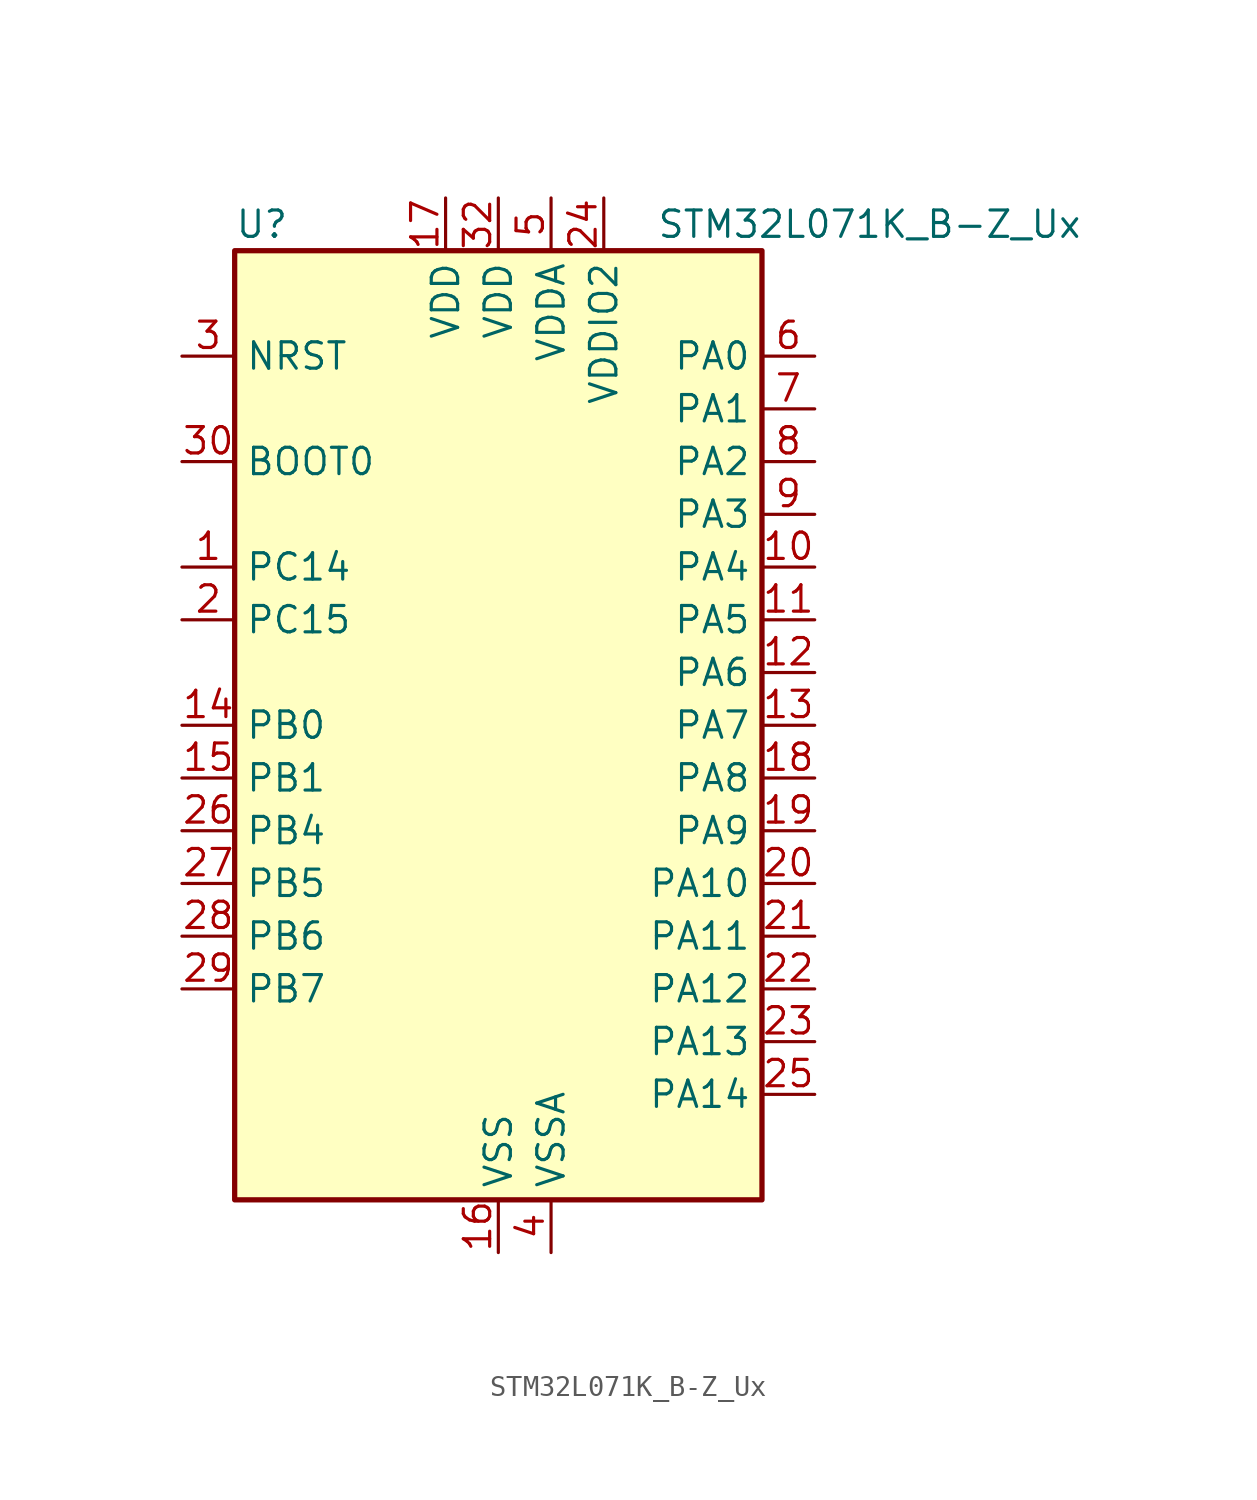
<source format=kicad_sym>
(kicad_symbol_lib
  (version 20241209)
  (generator "kicad_symbol_editor")
  (generator_version "9.0")
  (symbol "STM32L071K_B-Z_Ux"
    (property "Reference" "U"
      (at -12.7 24.13 0)
      (effects (font (size 1.27 1.27)) (justify left)))
    (property "Value" "STM32L071K_B-Z_Ux"
      (at 7.62 24.13 0)
      (effects (font (size 1.27 1.27)) (justify left)))
    (symbol "STM32L071K_B-Z_Ux_0_1"
      (rectangle (start -12.7 -22.86) (end 12.7 22.86) (stroke (width 0.254) (type default)) (fill (type background))))
    (symbol "STM32L071K_B-Z_Ux_1_1"
      (pin input line (at -15.24 17.78 0) (length 2.54) (name "NRST" (effects (font (size 1.27 1.27)))) (number "3" (effects (font (size 1.27 1.27)))))
      (pin input line (at -15.24 12.7 0) (length 2.54) (name "BOOT0" (effects (font (size 1.27 1.27)))) (number "30" (effects (font (size 1.27 1.27)))))
      (pin bidirectional line (at -15.24 7.62 0) (length 2.54) (name "PC14" (effects (font (size 1.27 1.27)))) (number "1" (effects (font (size 1.27 1.27)))) (alternate "RCC_OSC32_IN" bidirectional line))
      (pin bidirectional line (at -15.24 5.08 0) (length 2.54) (name "PC15" (effects (font (size 1.27 1.27)))) (number "2" (effects (font (size 1.27 1.27)))) (alternate "RCC_OSC32_OUT" bidirectional line))
      (pin bidirectional line (at -15.24 0 0) (length 2.54) (name "PB0" (effects (font (size 1.27 1.27)))) (number "14" (effects (font (size 1.27 1.27)))) (alternate "ADC_IN8" bidirectional line) (alternate "SYS_VREF_OUT_PB0" bidirectional line) (alternate "TIM3_CH3" bidirectional line))
      (pin bidirectional line (at -15.24 -2.54 0) (length 2.54) (name "PB1" (effects (font (size 1.27 1.27)))) (number "15" (effects (font (size 1.27 1.27)))) (alternate "ADC_IN9" bidirectional line) (alternate "LPUART1_DE" bidirectional line) (alternate "LPUART1_RTS" bidirectional line) (alternate "SYS_VREF_OUT_PB1" bidirectional line) (alternate "TIM3_CH4" bidirectional line))
      (pin bidirectional line (at -15.24 -5.08 0) (length 2.54) (name "PB4" (effects (font (size 1.27 1.27)))) (number "26" (effects (font (size 1.27 1.27)))) (alternate "COMP2_INP" bidirectional line) (alternate "I2C3_SDA" bidirectional line) (alternate "SPI1_MISO" bidirectional line) (alternate "TIM22_CH1" bidirectional line) (alternate "TIM3_CH1" bidirectional line) (alternate "USART1_CTS" bidirectional line))
      (pin bidirectional line (at -15.24 -7.62 0) (length 2.54) (name "PB5" (effects (font (size 1.27 1.27)))) (number "27" (effects (font (size 1.27 1.27)))) (alternate "COMP2_INP" bidirectional line) (alternate "I2C1_SMBA" bidirectional line) (alternate "LPTIM1_IN1" bidirectional line) (alternate "SPI1_MOSI" bidirectional line) (alternate "TIM22_CH2" bidirectional line) (alternate "TIM3_CH2" bidirectional line) (alternate "USART1_CK" bidirectional line))
      (pin bidirectional line (at -15.24 -10.16 0) (length 2.54) (name "PB6" (effects (font (size 1.27 1.27)))) (number "28" (effects (font (size 1.27 1.27)))) (alternate "COMP2_INP" bidirectional line) (alternate "I2C1_SCL" bidirectional line) (alternate "LPTIM1_ETR" bidirectional line) (alternate "USART1_TX" bidirectional line))
      (pin bidirectional line (at -15.24 -12.7 0) (length 2.54) (name "PB7" (effects (font (size 1.27 1.27)))) (number "29" (effects (font (size 1.27 1.27)))) (alternate "COMP2_INP" bidirectional line) (alternate "I2C1_SDA" bidirectional line) (alternate "LPTIM1_IN2" bidirectional line) (alternate "SYS_PVD_IN" bidirectional line) (alternate "USART1_RX" bidirectional line) (alternate "USART4_CTS" bidirectional line))
      (pin power_in line (at -2.54 25.4 270) (length 2.54) (name "VDD" (effects (font (size 1.27 1.27)))) (number "17" (effects (font (size 1.27 1.27)))))
      (pin power_in line (at 0 25.4 270) (length 2.54) (name "VDD" (effects (font (size 1.27 1.27)))) (number "32" (effects (font (size 1.27 1.27)))))
      (pin power_in line (at 0 -25.4 90) (length 2.54) (name "VSS" (effects (font (size 1.27 1.27)))) (number "16" (effects (font (size 1.27 1.27)))))
      (pin passive line (at 0 -25.4 90) (length 2.54) (hide yes) (name "VSS" (effects (font (size 1.27 1.27)))) (number "31" (effects (font (size 1.27 1.27)))))
      (pin passive line (at 0 -25.4 90) (length 2.54) (hide yes) (name "VSS" (effects (font (size 1.27 1.27)))) (number "33" (effects (font (size 1.27 1.27)))))
      (pin power_in line (at 2.54 25.4 270) (length 2.54) (name "VDDA" (effects (font (size 1.27 1.27)))) (number "5" (effects (font (size 1.27 1.27)))))
      (pin power_in line (at 2.54 -25.4 90) (length 2.54) (name "VSSA" (effects (font (size 1.27 1.27)))) (number "4" (effects (font (size 1.27 1.27)))))
      (pin power_in line (at 5.08 25.4 270) (length 2.54) (name "VDDIO2" (effects (font (size 1.27 1.27)))) (number "24" (effects (font (size 1.27 1.27)))))
      (pin bidirectional line (at 15.24 17.78 180) (length 2.54) (name "PA0" (effects (font (size 1.27 1.27)))) (number "6" (effects (font (size 1.27 1.27)))) (alternate "ADC_IN0" bidirectional line) (alternate "COMP1_INM" bidirectional line) (alternate "COMP1_OUT" bidirectional line) (alternate "RTC_TAMP2" bidirectional line) (alternate "SYS_WKUP1" bidirectional line) (alternate "TIM2_CH1" bidirectional line) (alternate "TIM2_ETR" bidirectional line) (alternate "USART2_CTS" bidirectional line) (alternate "USART4_TX" bidirectional line))
      (pin bidirectional line (at 15.24 15.24 180) (length 2.54) (name "PA1" (effects (font (size 1.27 1.27)))) (number "7" (effects (font (size 1.27 1.27)))) (alternate "ADC_IN1" bidirectional line) (alternate "COMP1_INP" bidirectional line) (alternate "TIM21_ETR" bidirectional line) (alternate "TIM2_CH2" bidirectional line) (alternate "USART2_DE" bidirectional line) (alternate "USART2_RTS" bidirectional line) (alternate "USART4_RX" bidirectional line))
      (pin bidirectional line (at 15.24 12.7 180) (length 2.54) (name "PA2" (effects (font (size 1.27 1.27)))) (number "8" (effects (font (size 1.27 1.27)))) (alternate "ADC_IN2" bidirectional line) (alternate "COMP2_INM" bidirectional line) (alternate "COMP2_OUT" bidirectional line) (alternate "LPUART1_TX" bidirectional line) (alternate "TIM21_CH1" bidirectional line) (alternate "TIM2_CH3" bidirectional line) (alternate "USART2_TX" bidirectional line))
      (pin bidirectional line (at 15.24 10.16 180) (length 2.54) (name "PA3" (effects (font (size 1.27 1.27)))) (number "9" (effects (font (size 1.27 1.27)))) (alternate "ADC_IN3" bidirectional line) (alternate "COMP2_INP" bidirectional line) (alternate "LPUART1_RX" bidirectional line) (alternate "TIM21_CH2" bidirectional line) (alternate "TIM2_CH4" bidirectional line) (alternate "USART2_RX" bidirectional line))
      (pin bidirectional line (at 15.24 7.62 180) (length 2.54) (name "PA4" (effects (font (size 1.27 1.27)))) (number "10" (effects (font (size 1.27 1.27)))) (alternate "ADC_IN4" bidirectional line) (alternate "COMP1_INM" bidirectional line) (alternate "COMP2_INM" bidirectional line) (alternate "SPI1_NSS" bidirectional line) (alternate "TIM22_ETR" bidirectional line) (alternate "USART2_CK" bidirectional line))
      (pin bidirectional line (at 15.24 5.08 180) (length 2.54) (name "PA5" (effects (font (size 1.27 1.27)))) (number "11" (effects (font (size 1.27 1.27)))) (alternate "ADC_IN5" bidirectional line) (alternate "COMP1_INM" bidirectional line) (alternate "COMP2_INM" bidirectional line) (alternate "SPI1_SCK" bidirectional line) (alternate "TIM2_CH1" bidirectional line) (alternate "TIM2_ETR" bidirectional line))
      (pin bidirectional line (at 15.24 2.54 180) (length 2.54) (name "PA6" (effects (font (size 1.27 1.27)))) (number "12" (effects (font (size 1.27 1.27)))) (alternate "ADC_IN6" bidirectional line) (alternate "COMP1_OUT" bidirectional line) (alternate "LPUART1_CTS" bidirectional line) (alternate "SPI1_MISO" bidirectional line) (alternate "TIM22_CH1" bidirectional line) (alternate "TIM3_CH1" bidirectional line))
      (pin bidirectional line (at 15.24 0 180) (length 2.54) (name "PA7" (effects (font (size 1.27 1.27)))) (number "13" (effects (font (size 1.27 1.27)))) (alternate "ADC_IN7" bidirectional line) (alternate "COMP2_OUT" bidirectional line) (alternate "SPI1_MOSI" bidirectional line) (alternate "TIM22_CH2" bidirectional line) (alternate "TIM3_CH2" bidirectional line))
      (pin bidirectional line (at 15.24 -2.54 180) (length 2.54) (name "PA8" (effects (font (size 1.27 1.27)))) (number "18" (effects (font (size 1.27 1.27)))) (alternate "I2C3_SCL" bidirectional line) (alternate "RCC_MCO" bidirectional line) (alternate "USART1_CK" bidirectional line))
      (pin bidirectional line (at 15.24 -5.08 180) (length 2.54) (name "PA9" (effects (font (size 1.27 1.27)))) (number "19" (effects (font (size 1.27 1.27)))) (alternate "I2C1_SCL" bidirectional line) (alternate "I2C3_SMBA" bidirectional line) (alternate "RCC_MCO" bidirectional line) (alternate "USART1_TX" bidirectional line))
      (pin bidirectional line (at 15.24 -7.62 180) (length 2.54) (name "PA10" (effects (font (size 1.27 1.27)))) (number "20" (effects (font (size 1.27 1.27)))) (alternate "I2C1_SDA" bidirectional line) (alternate "USART1_RX" bidirectional line))
      (pin bidirectional line (at 15.24 -10.16 180) (length 2.54) (name "PA11" (effects (font (size 1.27 1.27)))) (number "21" (effects (font (size 1.27 1.27)))) (alternate "ADC_EXTI11" bidirectional line) (alternate "COMP1_OUT" bidirectional line) (alternate "SPI1_MISO" bidirectional line) (alternate "USART1_CTS" bidirectional line))
      (pin bidirectional line (at 15.24 -12.7 180) (length 2.54) (name "PA12" (effects (font (size 1.27 1.27)))) (number "22" (effects (font (size 1.27 1.27)))) (alternate "COMP2_OUT" bidirectional line) (alternate "SPI1_MOSI" bidirectional line) (alternate "USART1_DE" bidirectional line) (alternate "USART1_RTS" bidirectional line))
      (pin bidirectional line (at 15.24 -15.24 180) (length 2.54) (name "PA13" (effects (font (size 1.27 1.27)))) (number "23" (effects (font (size 1.27 1.27)))) (alternate "LPUART1_RX" bidirectional line) (alternate "SYS_SWDIO" bidirectional line))
      (pin bidirectional line (at 15.24 -17.78 180) (length 2.54) (name "PA14" (effects (font (size 1.27 1.27)))) (number "25" (effects (font (size 1.27 1.27)))) (alternate "LPUART1_TX" bidirectional line) (alternate "SYS_SWCLK" bidirectional line) (alternate "USART2_TX" bidirectional line)))))
</source>
